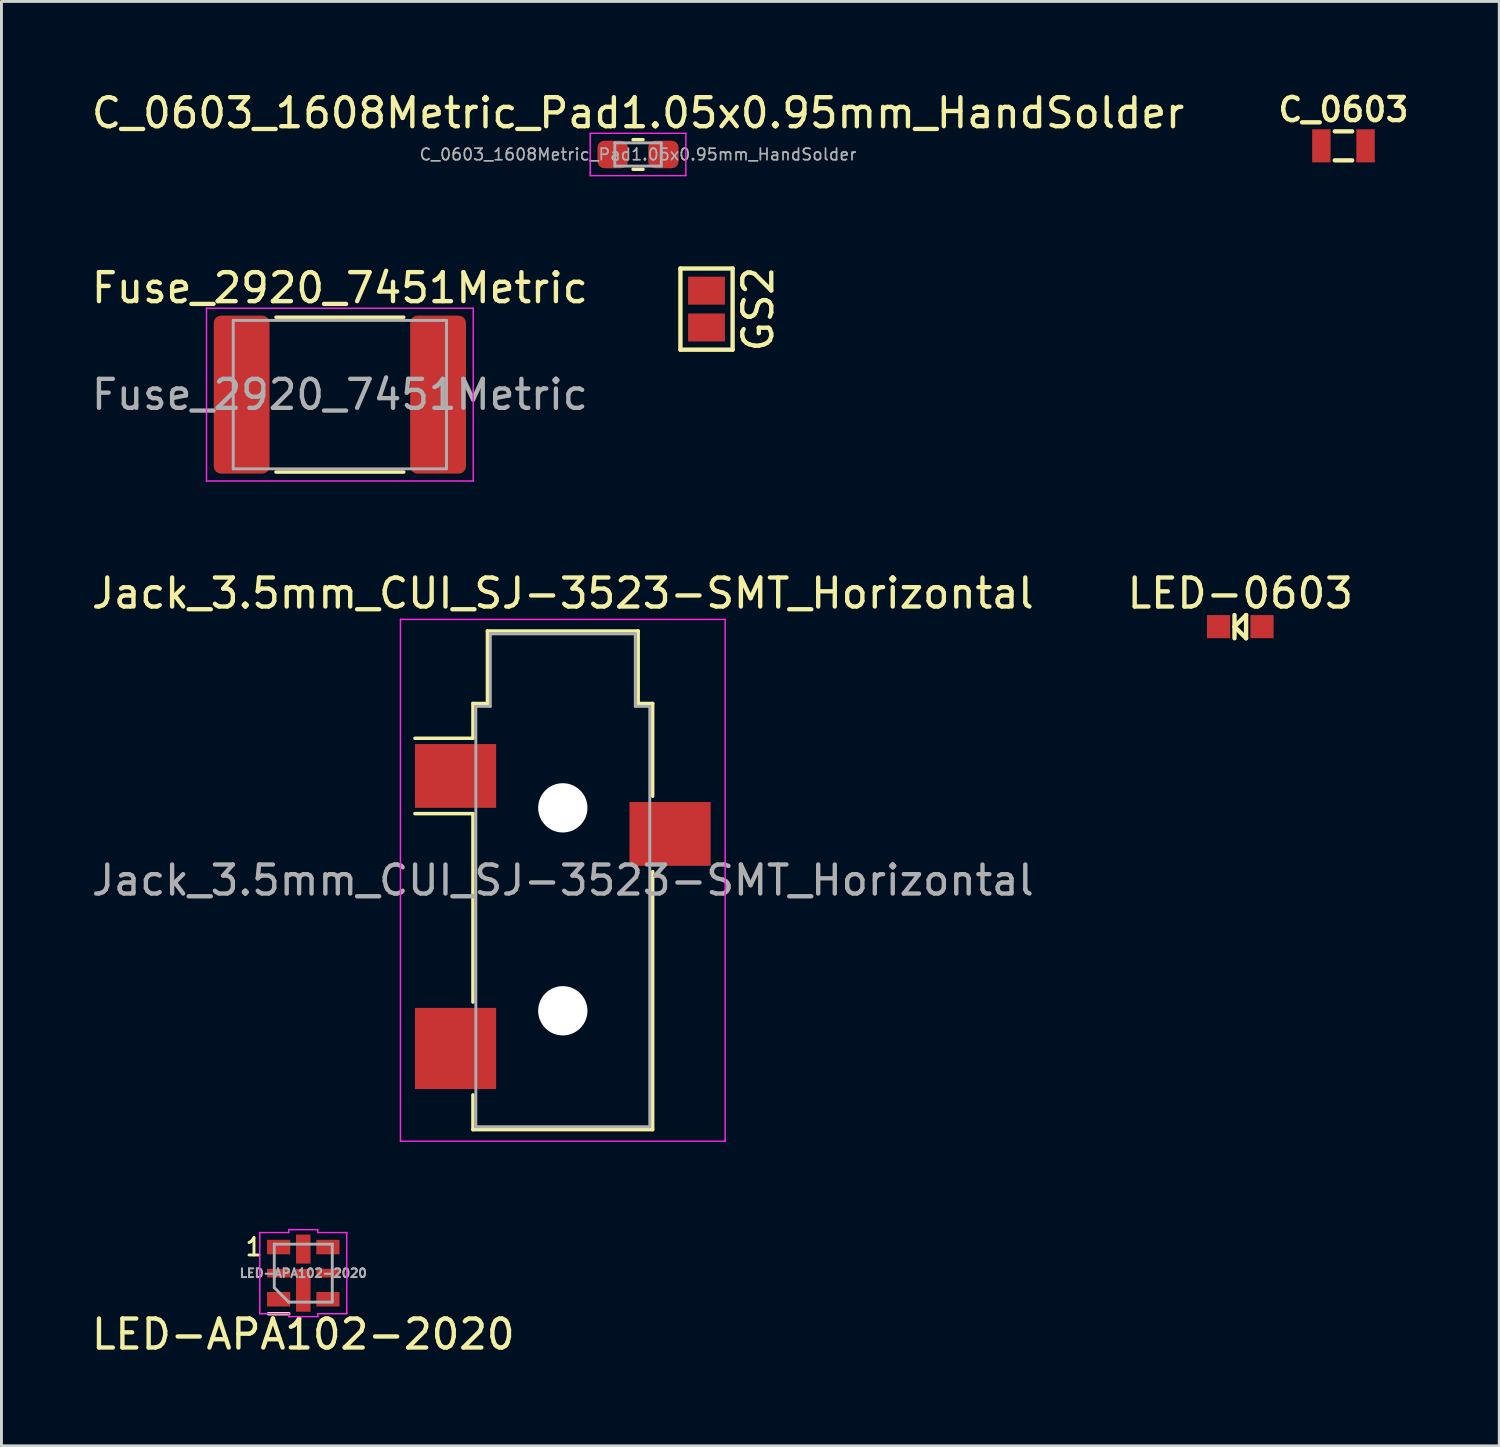
<source format=kicad_pcb>
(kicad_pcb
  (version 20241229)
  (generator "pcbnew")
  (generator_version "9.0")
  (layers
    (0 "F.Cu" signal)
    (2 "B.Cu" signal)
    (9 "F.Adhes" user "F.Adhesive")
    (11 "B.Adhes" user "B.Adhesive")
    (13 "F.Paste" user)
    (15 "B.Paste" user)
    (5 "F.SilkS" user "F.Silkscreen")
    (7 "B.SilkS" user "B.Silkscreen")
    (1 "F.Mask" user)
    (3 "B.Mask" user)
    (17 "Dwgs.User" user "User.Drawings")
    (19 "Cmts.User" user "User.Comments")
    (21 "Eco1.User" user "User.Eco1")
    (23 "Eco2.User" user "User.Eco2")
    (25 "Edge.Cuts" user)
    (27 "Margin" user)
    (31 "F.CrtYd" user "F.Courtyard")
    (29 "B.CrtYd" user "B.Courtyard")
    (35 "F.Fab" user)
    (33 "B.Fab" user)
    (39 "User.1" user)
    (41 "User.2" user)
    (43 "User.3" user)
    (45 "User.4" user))
  (footprint "Fuse_2920_7451Metric"
    (layer "F.Cu")
    (at 8.673 10.562)
    (property "Reference" "Fuse_2920_7451Metric" (at 0 -3.68 0) (layer "F.SilkS") (effects (font (size 1 1) (thickness 0.15))))
    (attr smd)
    (fp_line (start -2.204 -2.67) (end 2.204 -2.67) (stroke (width 0.12) (type solid)) (layer "F.SilkS"))
    (fp_line (start -2.204 2.67) (end 2.204 2.67) (stroke (width 0.12) (type solid)) (layer "F.SilkS"))
    (fp_line (start -4.6 -2.98) (end 4.6 -2.98) (stroke (width 0.05) (type solid)) (layer "F.CrtYd"))
    (fp_line (start -4.6 2.98) (end -4.6 -2.98) (stroke (width 0.05) (type solid)) (layer "F.CrtYd"))
    (fp_line (start 4.6 -2.98) (end 4.6 2.98) (stroke (width 0.05) (type solid)) (layer "F.CrtYd"))
    (fp_line (start 4.6 2.98) (end -4.6 2.98) (stroke (width 0.05) (type solid)) (layer "F.CrtYd"))
    (fp_line (start -3.678 -2.56) (end 3.678 -2.56) (stroke (width 0.1) (type solid)) (layer "F.Fab"))
    (fp_line (start -3.678 2.56) (end -3.678 -2.56) (stroke (width 0.1) (type solid)) (layer "F.Fab"))
    (fp_line (start 3.678 -2.56) (end 3.678 2.56) (stroke (width 0.1) (type solid)) (layer "F.Fab"))
    (fp_line (start 3.678 2.56) (end -3.678 2.56) (stroke (width 0.1) (type solid)) (layer "F.Fab"))
    (fp_text user "${REFERENCE}" (at 0 0 0) (layer "F.Fab") (effects (font (size 1 1) (thickness 0.15))))
    (pad "1" smd roundrect (at -3.388 0) (size 1.925 5.45) (layers "F.Cu" "F.Mask" "F.Paste") (roundrect_rratio 0.13))
    (pad "2" smd roundrect (at 3.388 0) (size 1.925 5.45) (layers "F.Cu" "F.Mask" "F.Paste") (roundrect_rratio 0.13)))
  (footprint "GS2"
    (layer "F.Cu")
    (at 21.32 7.611)
    (property "Reference" "GS2" (at 1.778 0 90) (layer "F.SilkS") (effects (font (size 1 1) (thickness 0.15))))
    (attr exclude_from_pos_files exclude_from_bom)
    (fp_line (start -0.9 -1.4) (end 0.9 -1.4) (stroke (width 0.15) (type solid)) (layer "F.SilkS"))
    (fp_line (start -0.9 1.4) (end -0.9 -1.4) (stroke (width 0.15) (type solid)) (layer "F.SilkS"))
    (fp_line (start 0.9 -1.4) (end 0.9 1.4) (stroke (width 0.15) (type solid)) (layer "F.SilkS"))
    (fp_line (start 0.9 1.4) (end -0.9 1.4) (stroke (width 0.15) (type solid)) (layer "F.SilkS"))
    (pad "1" smd rect (at 0 -0.635) (size 1.27 0.965) (layers "F.Cu" "F.Mask" "F.Paste"))
    (pad "2" smd rect (at 0 0.635) (size 1.27 0.965) (layers "F.Cu" "F.Mask" "F.Paste")))
  (footprint "C_0603"
    (layer "F.Cu")
    (at 43.29 1.981)
    (property "Reference" "C_0603" (at 0 -1.25 0) (layer "F.SilkS") (effects (font (size 0.8 0.8) (thickness 0.15))))
    (attr smd)
    (fp_line (start -0.3 -0.5) (end 0.3 -0.5) (stroke (width 0.15) (type solid)) (layer "F.SilkS"))
    (fp_line (start 0.3 0.5) (end -0.3 0.5) (stroke (width 0.15) (type solid)) (layer "F.SilkS"))
    (pad "1" smd rect (at -0.762 0) (size 0.635 1.143) (layers "F.Cu" "F.Mask" "F.Paste"))
    (pad "2" smd rect (at 0.762 0) (size 0.635 1.143) (layers "F.Cu" "F.Mask" "F.Paste")))
  (footprint "LED-0603"
    (layer "F.Cu")
    (at 39.732 18.565)
    (property "Reference" "LED-0603" (at 0 -1.15 0) (layer "F.SilkS") (effects (font (size 1 1) (thickness 0.15))))
    (attr smd)
    (fp_line (start -0.2 0) (end 0.2 0.4) (stroke (width 0.15) (type solid)) (layer "F.SilkS"))
    (fp_line (start -0.2 0.4) (end -0.2 -0.4) (stroke (width 0.15) (type solid)) (layer "F.SilkS"))
    (fp_line (start 0.2 -0.4) (end -0.2 0) (stroke (width 0.15) (type solid)) (layer "F.SilkS"))
    (fp_line (start 0.2 0.4) (end 0.2 -0.4) (stroke (width 0.15) (type solid)) (layer "F.SilkS"))
    (pad "1" smd rect (at -0.749 0 180) (size 0.798 0.798) (layers "F.Cu" "F.Mask" "F.Paste"))
    (pad "2" smd rect (at 0.749 0 180) (size 0.798 0.798) (layers "F.Cu" "F.Mask" "F.Paste")))
  (footprint "C_0603_1608Metric_Pad1.05x0.95mm_HandSolder"
    (layer "F.Cu")
    (at 18.958 2.278)
    (property "Reference" "C_0603_1608Metric_Pad1.05x0.95mm_HandSolder" (at 0 -1.43 0) (layer "F.SilkS") (effects (font (size 1 1) (thickness 0.15))))
    (attr smd)
    (fp_line (start -0.171 -0.51) (end 0.171 -0.51) (stroke (width 0.12) (type solid)) (layer "F.SilkS"))
    (fp_line (start -0.171 0.51) (end 0.171 0.51) (stroke (width 0.12) (type solid)) (layer "F.SilkS"))
    (fp_line (start -1.65 -0.73) (end 1.65 -0.73) (stroke (width 0.05) (type solid)) (layer "F.CrtYd"))
    (fp_line (start -1.65 0.73) (end -1.65 -0.73) (stroke (width 0.05) (type solid)) (layer "F.CrtYd"))
    (fp_line (start 1.65 -0.73) (end 1.65 0.73) (stroke (width 0.05) (type solid)) (layer "F.CrtYd"))
    (fp_line (start 1.65 0.73) (end -1.65 0.73) (stroke (width 0.05) (type solid)) (layer "F.CrtYd"))
    (fp_line (start -0.8 -0.4) (end 0.8 -0.4) (stroke (width 0.1) (type solid)) (layer "F.Fab"))
    (fp_line (start -0.8 0.4) (end -0.8 -0.4) (stroke (width 0.1) (type solid)) (layer "F.Fab"))
    (fp_line (start 0.8 -0.4) (end 0.8 0.4) (stroke (width 0.1) (type solid)) (layer "F.Fab"))
    (fp_line (start 0.8 0.4) (end -0.8 0.4) (stroke (width 0.1) (type solid)) (layer "F.Fab"))
    (fp_text user "${REFERENCE}" (at 0 0 0) (layer "F.Fab") (effects (font (size 0.4 0.4) (thickness 0.06))))
    (pad "1" smd roundrect (at -0.875 0) (size 1.05 0.95) (layers "F.Cu" "F.Mask" "F.Paste") (roundrect_rratio 0.25))
    (pad "2" smd roundrect (at 0.875 0) (size 1.05 0.95) (layers "F.Cu" "F.Mask" "F.Paste") (roundrect_rratio 0.25)))
  (footprint "LED-APA102-2020"
    (layer "F.Cu")
    (at 7.411 40.865)
    (property "Reference" "LED-APA102-2020" (at 0 2.11 0) (layer "F.SilkS") (effects (font (size 1 1) (thickness 0.15))))
    (attr smd)
    (fp_line (start -1.2 1.4) (end -0.5 1.4) (stroke (width 0.12) (type solid)) (layer "F.SilkS"))
    (fp_line (start -1.5 -1.4) (end -1.5 1.4) (stroke (width 0.05) (type solid)) (layer "F.CrtYd"))
    (fp_line (start -1.5 -1.4) (end -0.5 -1.4) (stroke (width 0.05) (type solid)) (layer "F.CrtYd"))
    (fp_line (start -0.5 -1.5) (end 0.5 -1.5) (stroke (width 0.05) (type solid)) (layer "F.CrtYd"))
    (fp_line (start -0.5 -1.4) (end -0.5 -1.5) (stroke (width 0.05) (type solid)) (layer "F.CrtYd"))
    (fp_line (start -0.5 1.4) (end -1.5 1.4) (stroke (width 0.05) (type solid)) (layer "F.CrtYd"))
    (fp_line (start -0.5 1.4) (end -0.5 1.5) (stroke (width 0.05) (type solid)) (layer "F.CrtYd"))
    (fp_line (start -0.5 1.5) (end 0.5 1.5) (stroke (width 0.05) (type solid)) (layer "F.CrtYd"))
    (fp_line (start 0.5 -1.5) (end 0.5 -1.4) (stroke (width 0.05) (type solid)) (layer "F.CrtYd"))
    (fp_line (start 0.5 -1.4) (end 1.5 -1.4) (stroke (width 0.05) (type solid)) (layer "F.CrtYd"))
    (fp_line (start 0.5 1.5) (end 0.5 1.4) (stroke (width 0.05) (type solid)) (layer "F.CrtYd"))
    (fp_line (start 1.5 -1.4) (end 1.5 1.4) (stroke (width 0.05) (type solid)) (layer "F.CrtYd"))
    (fp_line (start 1.5 1.4) (end 0.5 1.4) (stroke (width 0.05) (type solid)) (layer "F.CrtYd"))
    (fp_line (start -1 -1) (end 1 -1) (stroke (width 0.1) (type solid)) (layer "F.Fab"))
    (fp_line (start -1 0.5) (end -1 -1) (stroke (width 0.1) (type solid)) (layer "F.Fab"))
    (fp_line (start -1 0.5) (end -0.5 1) (stroke (width 0.1) (type solid)) (layer "F.Fab"))
    (fp_line (start 1 -1) (end 1 1) (stroke (width 0.1) (type solid)) (layer "F.Fab"))
    (fp_line (start 1 1) (end -0.5 1) (stroke (width 0.1) (type solid)) (layer "F.Fab"))
    (fp_text user "1" (at -1.7 -0.9 0) (layer "F.SilkS") (effects (font (size 0.6 0.6) (thickness 0.1))))
    (fp_text user "${REFERENCE}" (at 0 0 0) (layer "F.Fab") (effects (font (size 0.3 0.3) (thickness 0.07))))
    (pad "1" smd rect (at -0.85 -0.9) (size 0.8 0.5) (layers "F.Cu" "F.Mask" "F.Paste"))
    (pad "1" smd rect (at 0 -0.83 90) (size 1 0.5) (layers "F.Cu" "F.Mask" "F.Paste"))
    (pad "2" smd rect (at -0.85 0) (size 0.8 0.3) (layers "F.Cu" "F.Mask" "F.Paste"))
    (pad "3" smd rect (at -0.85 0.9) (size 0.8 0.5) (layers "F.Cu" "F.Mask" "F.Paste"))
    (pad "4" smd rect (at 0.85 0.9) (size 0.8 0.5) (layers "F.Cu" "F.Mask" "F.Paste"))
    (pad "5" smd rect (at 0.85 0) (size 0.8 0.3) (layers "F.Cu" "F.Mask" "F.Paste"))
    (pad "6" smd rect (at 0 0.59 90) (size 1.48 0.5) (layers "F.Cu" "F.Mask" "F.Paste"))
    (pad "6" smd rect (at 0.85 -0.9) (size 0.8 0.5) (layers "F.Cu" "F.Mask" "F.Paste")))
  (footprint "Jack_3.5mm_CUI_SJ-3523-SMT_Horizontal"
    (layer "F.Cu")
    (at 16.363 27.315)
    (property "Reference" "Jack_3.5mm_CUI_SJ-3523-SMT_Horizontal" (at 0 -9.9 0) (layer "F.SilkS") (effects (font (size 1 1) (thickness 0.15))))
    (attr smd)
    (fp_line (start -3.1 -6.1) (end -2.6 -6.1) (stroke (width 0.12) (type solid)) (layer "F.SilkS"))
    (fp_line (start -3.1 -4.9) (end -5.1 -4.9) (stroke (width 0.12) (type solid)) (layer "F.SilkS"))
    (fp_line (start -3.1 -4.9) (end -3.1 -6.1) (stroke (width 0.12) (type solid)) (layer "F.SilkS"))
    (fp_line (start -3.1 -2.3) (end -5.1 -2.3) (stroke (width 0.12) (type solid)) (layer "F.SilkS"))
    (fp_line (start -3.1 4.2) (end -3.1 -2.3) (stroke (width 0.12) (type solid)) (layer "F.SilkS"))
    (fp_line (start -3.1 8.6) (end -3.1 7.4) (stroke (width 0.12) (type solid)) (layer "F.SilkS"))
    (fp_line (start -2.6 -8.6) (end 2.6 -8.6) (stroke (width 0.12) (type solid)) (layer "F.SilkS"))
    (fp_line (start -2.6 -6.1) (end -2.6 -8.6) (stroke (width 0.12) (type solid)) (layer "F.SilkS"))
    (fp_line (start 2.6 -8.6) (end 2.6 -6.1) (stroke (width 0.12) (type solid)) (layer "F.SilkS"))
    (fp_line (start 2.6 -6.1) (end 3.1 -6.1) (stroke (width 0.12) (type solid)) (layer "F.SilkS"))
    (fp_line (start 3.1 -6.1) (end 3.1 -2.9) (stroke (width 0.12) (type solid)) (layer "F.SilkS"))
    (fp_line (start 3.1 -0.3) (end 3.1 8.6) (stroke (width 0.12) (type solid)) (layer "F.SilkS"))
    (fp_line (start 3.1 8.6) (end -3.1 8.6) (stroke (width 0.12) (type solid)) (layer "F.SilkS"))
    (fp_line (start -5.6 -9) (end 5.6 -9) (stroke (width 0.05) (type solid)) (layer "F.CrtYd"))
    (fp_line (start -5.6 9) (end -5.6 -9) (stroke (width 0.05) (type solid)) (layer "F.CrtYd"))
    (fp_line (start 5.6 -9) (end 5.6 9) (stroke (width 0.05) (type solid)) (layer "F.CrtYd"))
    (fp_line (start 5.6 9) (end -5.6 9) (stroke (width 0.05) (type solid)) (layer "F.CrtYd"))
    (fp_line (start -3 -6) (end -2.5 -6) (stroke (width 0.1) (type solid)) (layer "F.Fab"))
    (fp_line (start -3 8.5) (end -3 -6) (stroke (width 0.1) (type solid)) (layer "F.Fab"))
    (fp_line (start -2.5 -8.5) (end 2.5 -8.5) (stroke (width 0.1) (type solid)) (layer "F.Fab"))
    (fp_line (start -2.5 -6) (end -2.5 -8.5) (stroke (width 0.1) (type solid)) (layer "F.Fab"))
    (fp_line (start 2.5 -8.5) (end 2.5 -6) (stroke (width 0.1) (type solid)) (layer "F.Fab"))
    (fp_line (start 2.5 -6) (end 3 -6) (stroke (width 0.1) (type solid)) (layer "F.Fab"))
    (fp_line (start 3 -6) (end 3 8.5) (stroke (width 0.1) (type solid)) (layer "F.Fab"))
    (fp_line (start 3 8.5) (end -3 8.5) (stroke (width 0.1) (type solid)) (layer "F.Fab"))
    (fp_text user "${REFERENCE}" (at 0 0 0) (layer "F.Fab") (effects (font (size 1 1) (thickness 0.15))))
    (pad "" np_thru_hole circle (at 0 -2.5) (size 1.7 1.7) (drill 1.7) (layers "*.Cu" "*.Mask"))
    (pad "" np_thru_hole circle (at 0 4.5) (size 1.7 1.7) (drill 1.7) (layers "*.Cu" "*.Mask"))
    (pad "R" smd rect (at 3.7 -1.6) (size 2.8 2.2) (layers "F.Cu" "F.Mask" "F.Paste"))
    (pad "S" smd rect (at -3.7 -3.6) (size 2.8 2.2) (layers "F.Cu" "F.Mask" "F.Paste"))
    (pad "T" smd rect (at -3.7 5.8) (size 2.8 2.8) (layers "F.Cu" "F.Mask" "F.Paste")))
  (gr_rect
    (start -3 -3)
    (end 48.664 46.823)
    (stroke (width 0.1) (type default))
    (fill no)
    (layer "Edge.Cuts")))
</source>
